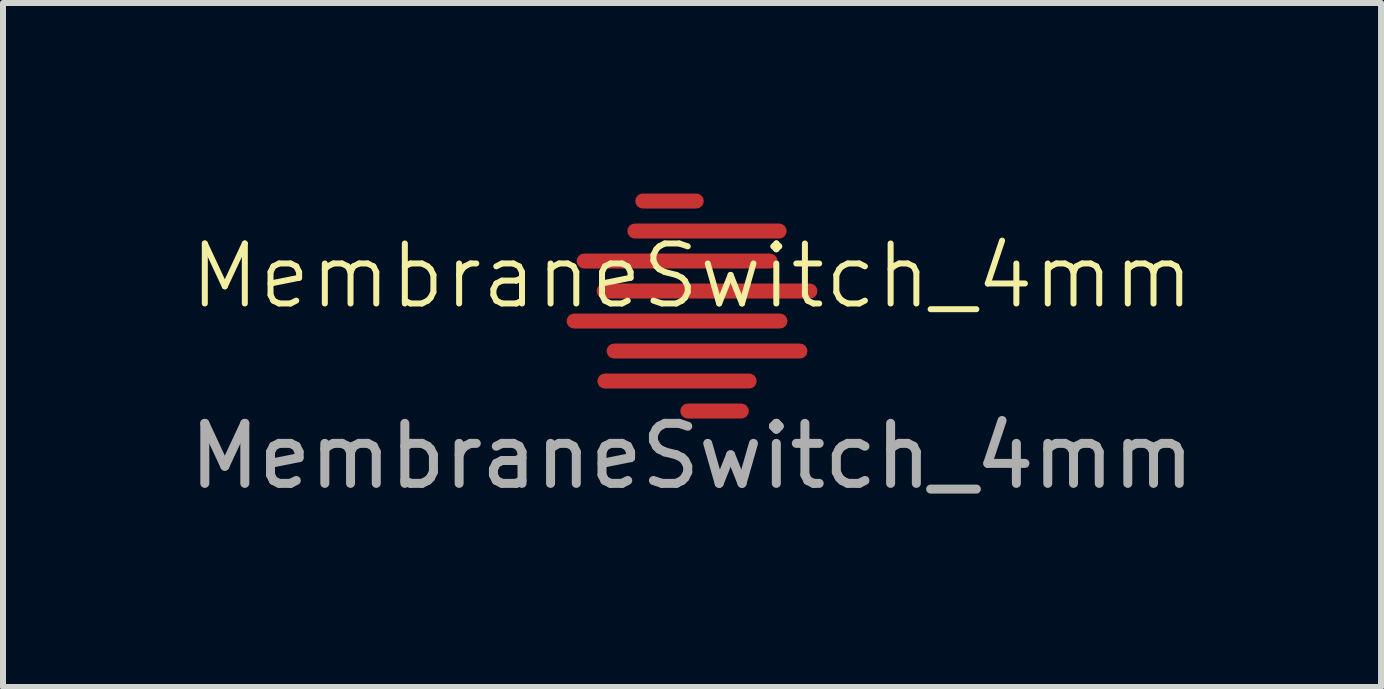
<source format=kicad_pcb>
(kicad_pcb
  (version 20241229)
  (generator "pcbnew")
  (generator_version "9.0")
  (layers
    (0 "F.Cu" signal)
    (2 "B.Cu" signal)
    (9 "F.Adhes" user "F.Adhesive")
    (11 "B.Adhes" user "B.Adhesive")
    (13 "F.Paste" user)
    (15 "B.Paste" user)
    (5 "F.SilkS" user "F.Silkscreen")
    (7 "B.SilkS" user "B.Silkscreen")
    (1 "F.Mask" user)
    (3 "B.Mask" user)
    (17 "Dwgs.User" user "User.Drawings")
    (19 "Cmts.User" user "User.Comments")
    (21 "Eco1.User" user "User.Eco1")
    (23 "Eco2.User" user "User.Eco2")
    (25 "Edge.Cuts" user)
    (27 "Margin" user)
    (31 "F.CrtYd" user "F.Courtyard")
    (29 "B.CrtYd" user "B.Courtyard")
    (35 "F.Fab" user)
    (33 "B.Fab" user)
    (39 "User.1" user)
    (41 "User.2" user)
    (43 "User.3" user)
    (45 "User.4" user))
  (footprint "MembraneSwitch_4mm"
    (layer "F.Cu")
    (at 8.482 2.05)
    (property "Reference" "MembraneSwitch_4mm" (at 0 -0.5 0) (unlocked yes) (layer "F.SilkS") (effects (font (size 1 1) (thickness 0.1))))
    (attr smd)
    (fp_circle (center 0 0) (end 2 0) (stroke (width 0.1) (type solid)) (fill yes) (layer "F.Mask"))
    (fp_text user "${REFERENCE}" (at 0 2.5 0) (unlocked yes) (layer "F.Fab") (effects (font (size 1 1) (thickness 0.15))))
    (pad "1" smd roundrect (at -0.375 -1.75) (size 1.142 0.25) (layers "F.Cu" "F.Mask" "F.Paste") (roundrect_rratio 0.5))
    (pad "1" smd roundrect (at -0.25 -0.75) (size 3.347 0.25) (layers "F.Cu" "F.Mask" "F.Paste") (roundrect_rratio 0.5))
    (pad "1" smd roundrect (at -0.25 0.25) (size 3.68 0.25) (layers "F.Cu" "F.Mask" "F.Paste") (roundrect_rratio 0.5))
    (pad "1" smd roundrect (at -0.25 1.25) (size 2.655 0.25) (layers "F.Cu" "F.Mask" "F.Paste") (roundrect_rratio 0.5))
    (pad "2" smd roundrect (at 0.25 -1.25) (size 2.655 0.25) (layers "F.Cu" "F.Mask" "F.Paste") (roundrect_rratio 0.5))
    (pad "2" smd roundrect (at 0.25 -0.25) (size 3.68 0.25) (layers "F.Cu" "F.Mask" "F.Paste") (roundrect_rratio 0.5))
    (pad "2" smd roundrect (at 0.25 0.75) (size 3.347 0.25) (layers "F.Cu" "F.Mask" "F.Paste") (roundrect_rratio 0.5))
    (pad "2" smd roundrect (at 0.375 1.75) (size 1.142 0.25) (layers "F.Cu" "F.Mask" "F.Paste") (roundrect_rratio 0.5)))
  (gr_rect
    (start -3 -3)
    (end 19.964 8.398)
    (stroke (width 0.1) (type default))
    (fill no)
    (layer "Edge.Cuts")))
</source>
